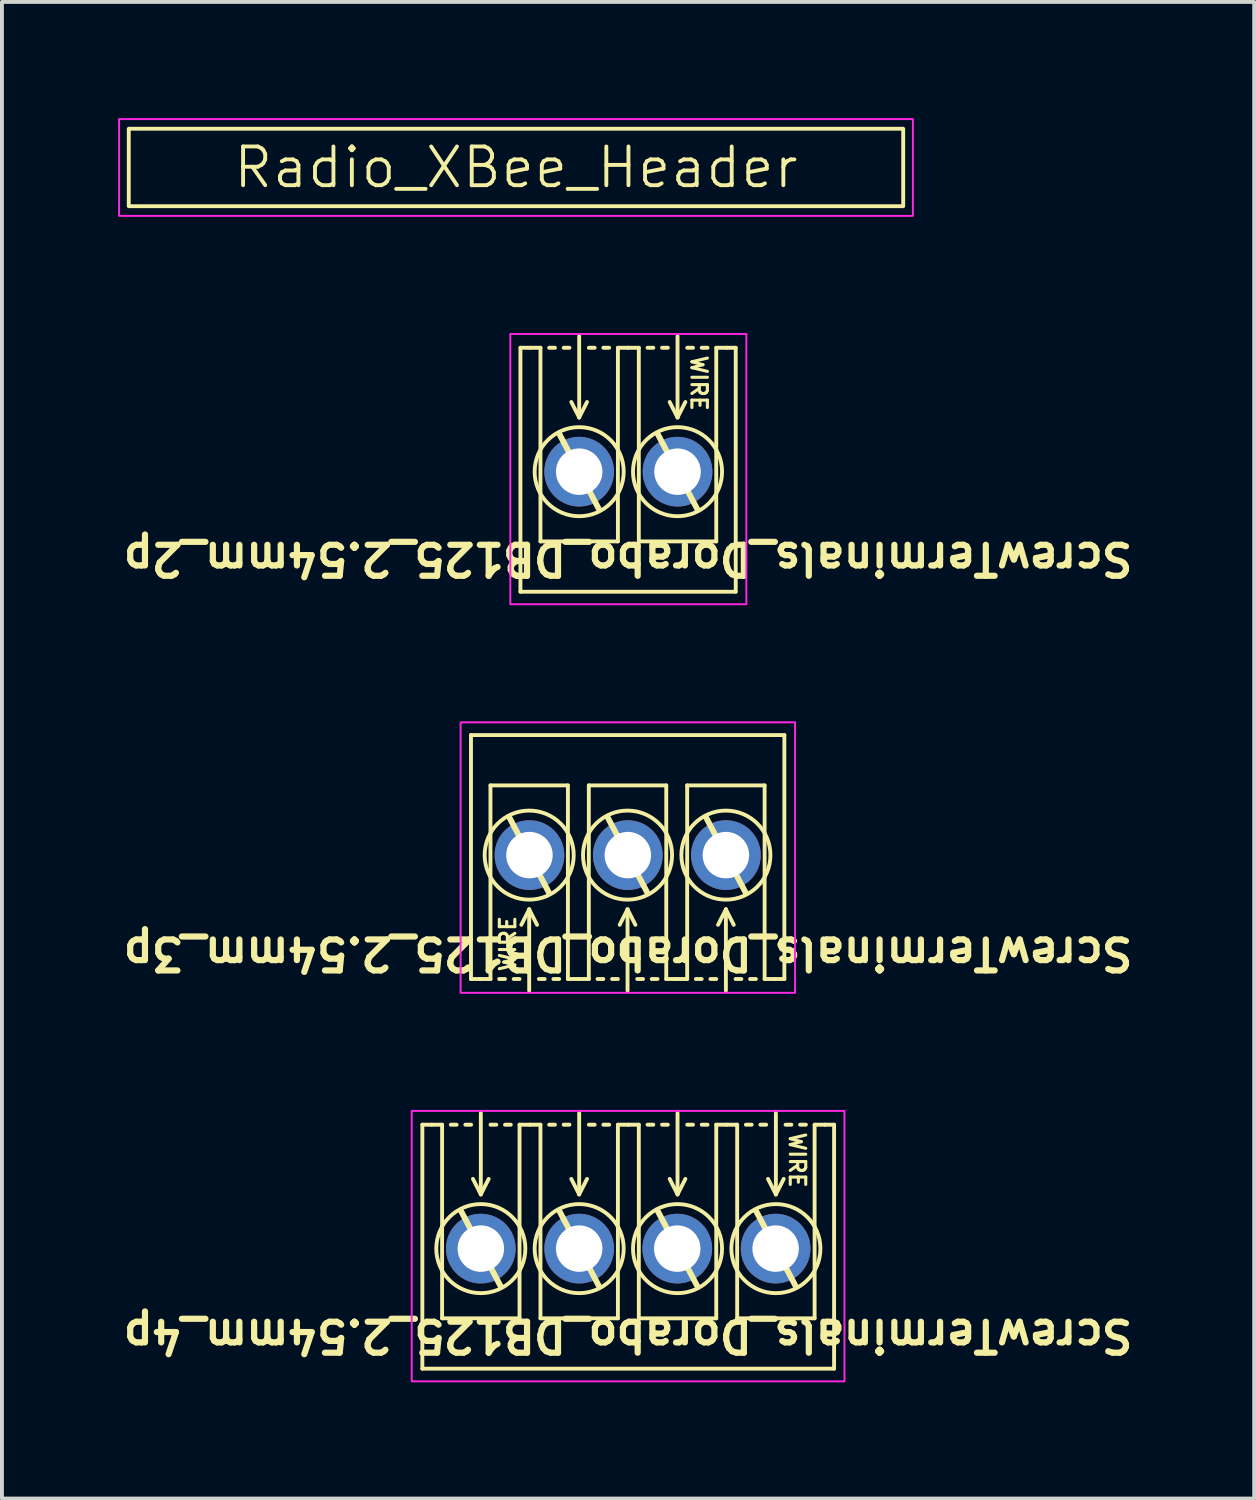
<source format=kicad_pcb>
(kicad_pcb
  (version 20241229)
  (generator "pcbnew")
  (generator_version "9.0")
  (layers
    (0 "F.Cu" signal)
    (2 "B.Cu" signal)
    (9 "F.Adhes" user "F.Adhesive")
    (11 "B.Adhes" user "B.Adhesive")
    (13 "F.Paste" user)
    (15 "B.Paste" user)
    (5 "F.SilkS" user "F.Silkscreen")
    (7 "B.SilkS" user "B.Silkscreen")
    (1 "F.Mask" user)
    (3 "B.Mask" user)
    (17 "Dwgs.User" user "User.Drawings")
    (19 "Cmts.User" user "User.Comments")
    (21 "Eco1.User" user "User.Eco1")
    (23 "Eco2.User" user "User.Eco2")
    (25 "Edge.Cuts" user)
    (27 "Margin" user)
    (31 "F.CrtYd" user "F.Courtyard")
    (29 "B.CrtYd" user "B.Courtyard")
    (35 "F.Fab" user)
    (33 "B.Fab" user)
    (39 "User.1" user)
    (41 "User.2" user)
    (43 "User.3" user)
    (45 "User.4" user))
  (footprint "Radio_XBee_Header"
    (layer "F.Cu")
    (at 10.275 1.275)
    (property "Reference" "Radio_XBee_Header" (at 0 0 0) (unlocked yes) (layer "F.SilkS") (effects (font (size 1 1) (thickness 0.1))))
    (attr smd)
    (fp_rect (start -10 -1) (end 10 1) (stroke (width 0.1) (type default)) (fill no) (layer "F.SilkS"))
    (fp_rect (start -10.25 -1.25) (end 10.25 1.25) (stroke (width 0.05) (type default)) (fill no) (layer "F.CrtYd")))
  (footprint "ScrewTerminals_Dorabo_DB125_2.54mm_4p"
    (layer "F.Cu")
    (at 13.17 29.195)
    (property "Reference" "ScrewTerminals_Dorabo_DB125_2.54mm_4p" (at 0 2.25 180) (unlocked yes) (layer "F.SilkS") (effects (font (size 0.8 0.8) (thickness 0.16) (bold yes))))
    (attr through_hole)
    (fp_line (start -5.313 -3.2) (end -5.313 3.1) (stroke (width 0.1) (type default)) (layer "F.SilkS"))
    (fp_line (start -5.313 -3.2) (end -5.073 -3.2) (stroke (width 0.1) (type default)) (layer "F.SilkS"))
    (fp_line (start -4.803 -3.2) (end -5.073 -3.2) (stroke (width 0.1) (type default)) (layer "F.SilkS"))
    (fp_line (start -4.803 1.8) (end -4.803 -3.2) (stroke (width 0.1) (type solid)) (layer "F.SilkS"))
    (fp_line (start -4.428 -3.2) (end -4.578 -3.2) (stroke (width 0.1) (type default)) (layer "F.SilkS"))
    (fp_line (start -4.053 -3.2) (end -4.203 -3.2) (stroke (width 0.1) (type default)) (layer "F.SilkS"))
    (fp_line (start -3.803 -3.5) (end -3.803 -1.4) (stroke (width 0.1) (type default)) (layer "F.SilkS"))
    (fp_line (start -3.803 -1.4) (end -4.006 -1.8) (stroke (width 0.1) (type default)) (layer "F.SilkS"))
    (fp_line (start -3.803 -1.4) (end -3.6 -1.8) (stroke (width 0.1) (type default)) (layer "F.SilkS"))
    (fp_line (start -3.403 -3.2) (end -3.553 -3.2) (stroke (width 0.1) (type default)) (layer "F.SilkS"))
    (fp_line (start -3.295 0.965) (end -4.311 -0.965) (stroke (width 0.15) (type default)) (layer "F.SilkS"))
    (fp_line (start -3.028 -3.2) (end -3.178 -3.2) (stroke (width 0.1) (type default)) (layer "F.SilkS"))
    (fp_line (start -2.803 -3.2) (end -2.803 1.8) (stroke (width 0.1) (type solid)) (layer "F.SilkS"))
    (fp_line (start -2.803 1.8) (end -4.803 1.8) (stroke (width 0.1) (type solid)) (layer "F.SilkS"))
    (fp_line (start -2.533 -3.2) (end -2.803 -3.2) (stroke (width 0.1) (type default)) (layer "F.SilkS"))
    (fp_line (start -2.263 -3.2) (end -2.533 -3.2) (stroke (width 0.1) (type default)) (layer "F.SilkS"))
    (fp_line (start -2.263 1.8) (end -2.263 -3.2) (stroke (width 0.1) (type solid)) (layer "F.SilkS"))
    (fp_line (start -1.888 -3.2) (end -2.038 -3.2) (stroke (width 0.1) (type default)) (layer "F.SilkS"))
    (fp_line (start -1.513 -3.2) (end -1.663 -3.2) (stroke (width 0.1) (type default)) (layer "F.SilkS"))
    (fp_line (start -1.263 -3.5) (end -1.263 -1.4) (stroke (width 0.1) (type default)) (layer "F.SilkS"))
    (fp_line (start -1.263 -1.4) (end -1.466 -1.8) (stroke (width 0.1) (type default)) (layer "F.SilkS"))
    (fp_line (start -1.263 -1.4) (end -1.06 -1.8) (stroke (width 0.1) (type default)) (layer "F.SilkS"))
    (fp_line (start -0.863 -3.2) (end -1.013 -3.2) (stroke (width 0.1) (type default)) (layer "F.SilkS"))
    (fp_line (start -0.755 0.965) (end -1.771 -0.965) (stroke (width 0.15) (type default)) (layer "F.SilkS"))
    (fp_line (start -0.488 -3.2) (end -0.638 -3.2) (stroke (width 0.1) (type default)) (layer "F.SilkS"))
    (fp_line (start -0.263 -3.2) (end -0.263 1.8) (stroke (width 0.1) (type solid)) (layer "F.SilkS"))
    (fp_line (start -0.263 1.8) (end -2.263 1.8) (stroke (width 0.1) (type solid)) (layer "F.SilkS"))
    (fp_line (start 0.007 -3.2) (end -0.263 -3.2) (stroke (width 0.1) (type default)) (layer "F.SilkS"))
    (fp_line (start 0.277 -3.2) (end 0.007 -3.2) (stroke (width 0.1) (type default)) (layer "F.SilkS"))
    (fp_line (start 0.277 1.8) (end 0.277 -3.2) (stroke (width 0.1) (type solid)) (layer "F.SilkS"))
    (fp_line (start 0.652 -3.2) (end 0.502 -3.2) (stroke (width 0.1) (type default)) (layer "F.SilkS"))
    (fp_line (start 1.027 -3.2) (end 0.877 -3.2) (stroke (width 0.1) (type default)) (layer "F.SilkS"))
    (fp_line (start 1.277 -3.5) (end 1.277 -1.4) (stroke (width 0.1) (type default)) (layer "F.SilkS"))
    (fp_line (start 1.277 -1.4) (end 1.074 -1.8) (stroke (width 0.1) (type default)) (layer "F.SilkS"))
    (fp_line (start 1.277 -1.4) (end 1.48 -1.8) (stroke (width 0.1) (type default)) (layer "F.SilkS"))
    (fp_line (start 1.677 -3.2) (end 1.527 -3.2) (stroke (width 0.1) (type default)) (layer "F.SilkS"))
    (fp_line (start 1.785 0.965) (end 0.769 -0.965) (stroke (width 0.15) (type default)) (layer "F.SilkS"))
    (fp_line (start 2.052 -3.2) (end 1.902 -3.2) (stroke (width 0.1) (type default)) (layer "F.SilkS"))
    (fp_line (start 2.277 -3.2) (end 2.277 1.8) (stroke (width 0.1) (type solid)) (layer "F.SilkS"))
    (fp_line (start 2.277 1.8) (end 0.277 1.8) (stroke (width 0.1) (type solid)) (layer "F.SilkS"))
    (fp_line (start 2.547 -3.2) (end 2.277 -3.2) (stroke (width 0.1) (type default)) (layer "F.SilkS"))
    (fp_line (start 2.817 -3.2) (end 2.547 -3.2) (stroke (width 0.1) (type default)) (layer "F.SilkS"))
    (fp_line (start 2.817 1.8) (end 2.817 -3.2) (stroke (width 0.1) (type solid)) (layer "F.SilkS"))
    (fp_line (start 3.192 -3.2) (end 3.042 -3.2) (stroke (width 0.1) (type default)) (layer "F.SilkS"))
    (fp_line (start 3.567 -3.2) (end 3.417 -3.2) (stroke (width 0.1) (type default)) (layer "F.SilkS"))
    (fp_line (start 3.817 -3.5) (end 3.817 -1.4) (stroke (width 0.1) (type default)) (layer "F.SilkS"))
    (fp_line (start 3.817 -1.4) (end 3.614 -1.8) (stroke (width 0.1) (type default)) (layer "F.SilkS"))
    (fp_line (start 3.817 -1.4) (end 4.02 -1.8) (stroke (width 0.1) (type default)) (layer "F.SilkS"))
    (fp_line (start 4.217 -3.2) (end 4.067 -3.2) (stroke (width 0.1) (type default)) (layer "F.SilkS"))
    (fp_line (start 4.325 0.965) (end 3.309 -0.965) (stroke (width 0.15) (type default)) (layer "F.SilkS"))
    (fp_line (start 4.592 -3.2) (end 4.442 -3.2) (stroke (width 0.1) (type default)) (layer "F.SilkS"))
    (fp_line (start 4.817 -3.2) (end 4.817 1.8) (stroke (width 0.1) (type solid)) (layer "F.SilkS"))
    (fp_line (start 4.817 1.8) (end 2.817 1.8) (stroke (width 0.1) (type solid)) (layer "F.SilkS"))
    (fp_line (start 5.087 -3.2) (end 4.817 -3.2) (stroke (width 0.1) (type default)) (layer "F.SilkS"))
    (fp_line (start 5.32 -3.2) (end 5.08 -3.2) (stroke (width 0.1) (type default)) (layer "F.SilkS"))
    (fp_line (start 5.32 -3.2) (end 5.32 3.1) (stroke (width 0.1) (type default)) (layer "F.SilkS"))
    (fp_line (start 5.32 3.1) (end -5.313 3.1) (stroke (width 0.1) (type default)) (layer "F.SilkS"))
    (fp_circle (center -3.803 0) (end -2.653 0) (stroke (width 0.1) (type default)) (fill no) (layer "F.SilkS"))
    (fp_circle (center -1.263 0) (end -0.113 0) (stroke (width 0.1) (type default)) (fill no) (layer "F.SilkS"))
    (fp_circle (center 1.277 0) (end 2.427 0) (stroke (width 0.1) (type default)) (fill no) (layer "F.SilkS"))
    (fp_circle (center 3.817 0) (end 4.967 0) (stroke (width 0.1) (type default)) (fill no) (layer "F.SilkS"))
    (fp_rect (start -5.588 -3.556) (end 5.588 3.429) (stroke (width 0.05) (type default)) (fill no) (layer "F.CrtYd"))
    (fp_text user "WIRE" (at 4.369 -2.286 270) (unlocked yes) (layer "F.SilkS") (effects (font (size 0.4 0.4) (thickness 0.08) (bold yes))))
    (pad "1" thru_hole circle (at 3.81 0 180) (size 1.8 1.8) (drill 1.2) (layers "*.Cu" "*.Mask"))
    (pad "2" thru_hole circle (at 1.27 0 180) (size 1.8 1.8) (drill 1.2) (layers "*.Cu" "*.Mask"))
    (pad "3" thru_hole circle (at -1.263 0 180) (size 1.8 1.8) (drill 1.2) (layers "*.Cu" "*.Mask"))
    (pad "4" thru_hole circle (at -3.803 0 180) (size 1.8 1.8) (drill 1.2) (layers "*.Cu" "*.Mask")))
  (footprint "ScrewTerminals_Dorabo_DB125_2.54mm_3p"
    (layer "F.Cu")
    (at 13.163 19.16)
    (property "Reference" "ScrewTerminals_Dorabo_DB125_2.54mm_3p" (at 0.007 2.413 180) (unlocked yes) (layer "F.SilkS") (effects (font (size 0.8 0.8) (thickness 0.16) (bold yes))))
    (attr through_hole)
    (fp_line (start -4.05 -3.227) (end 4.043 -3.227) (stroke (width 0.1) (type default)) (layer "F.SilkS"))
    (fp_line (start -4.05 3.073) (end -4.05 -3.227) (stroke (width 0.1) (type default)) (layer "F.SilkS"))
    (fp_line (start -4.05 3.073) (end -3.81 3.073) (stroke (width 0.1) (type default)) (layer "F.SilkS"))
    (fp_line (start -3.817 3.073) (end -3.547 3.073) (stroke (width 0.1) (type default)) (layer "F.SilkS"))
    (fp_line (start -3.547 -1.927) (end -1.547 -1.927) (stroke (width 0.1) (type solid)) (layer "F.SilkS"))
    (fp_line (start -3.547 3.073) (end -3.547 -1.927) (stroke (width 0.1) (type solid)) (layer "F.SilkS"))
    (fp_line (start -3.322 3.073) (end -3.172 3.073) (stroke (width 0.1) (type default)) (layer "F.SilkS"))
    (fp_line (start -3.055 -1.092) (end -2.039 0.838) (stroke (width 0.15) (type default)) (layer "F.SilkS"))
    (fp_line (start -2.947 3.073) (end -2.797 3.073) (stroke (width 0.1) (type default)) (layer "F.SilkS"))
    (fp_line (start -2.547 1.273) (end -2.75 1.673) (stroke (width 0.1) (type default)) (layer "F.SilkS"))
    (fp_line (start -2.547 1.273) (end -2.344 1.673) (stroke (width 0.1) (type default)) (layer "F.SilkS"))
    (fp_line (start -2.547 3.373) (end -2.547 1.273) (stroke (width 0.1) (type default)) (layer "F.SilkS"))
    (fp_line (start -2.297 3.073) (end -2.147 3.073) (stroke (width 0.1) (type default)) (layer "F.SilkS"))
    (fp_line (start -1.922 3.073) (end -1.772 3.073) (stroke (width 0.1) (type default)) (layer "F.SilkS"))
    (fp_line (start -1.547 -1.927) (end -1.547 3.073) (stroke (width 0.1) (type solid)) (layer "F.SilkS"))
    (fp_line (start -1.547 3.073) (end -1.277 3.073) (stroke (width 0.1) (type default)) (layer "F.SilkS"))
    (fp_line (start -1.277 3.073) (end -1.007 3.073) (stroke (width 0.1) (type default)) (layer "F.SilkS"))
    (fp_line (start -1.007 -1.927) (end 0.993 -1.927) (stroke (width 0.1) (type solid)) (layer "F.SilkS"))
    (fp_line (start -1.007 3.073) (end -1.007 -1.927) (stroke (width 0.1) (type solid)) (layer "F.SilkS"))
    (fp_line (start -0.782 3.073) (end -0.632 3.073) (stroke (width 0.1) (type default)) (layer "F.SilkS"))
    (fp_line (start -0.515 -1.092) (end 0.501 0.838) (stroke (width 0.15) (type default)) (layer "F.SilkS"))
    (fp_line (start -0.407 3.073) (end -0.257 3.073) (stroke (width 0.1) (type default)) (layer "F.SilkS"))
    (fp_line (start -0.007 1.273) (end -0.21 1.673) (stroke (width 0.1) (type default)) (layer "F.SilkS"))
    (fp_line (start -0.007 1.273) (end 0.196 1.673) (stroke (width 0.1) (type default)) (layer "F.SilkS"))
    (fp_line (start -0.007 3.373) (end -0.007 1.273) (stroke (width 0.1) (type default)) (layer "F.SilkS"))
    (fp_line (start 0.243 3.073) (end 0.393 3.073) (stroke (width 0.1) (type default)) (layer "F.SilkS"))
    (fp_line (start 0.618 3.073) (end 0.768 3.073) (stroke (width 0.1) (type default)) (layer "F.SilkS"))
    (fp_line (start 0.993 -1.927) (end 0.993 3.073) (stroke (width 0.1) (type solid)) (layer "F.SilkS"))
    (fp_line (start 0.993 3.073) (end 1.263 3.073) (stroke (width 0.1) (type default)) (layer "F.SilkS"))
    (fp_line (start 1.263 3.073) (end 1.533 3.073) (stroke (width 0.1) (type default)) (layer "F.SilkS"))
    (fp_line (start 1.533 -1.927) (end 3.533 -1.927) (stroke (width 0.1) (type solid)) (layer "F.SilkS"))
    (fp_line (start 1.533 3.073) (end 1.533 -1.927) (stroke (width 0.1) (type solid)) (layer "F.SilkS"))
    (fp_line (start 1.758 3.073) (end 1.908 3.073) (stroke (width 0.1) (type default)) (layer "F.SilkS"))
    (fp_line (start 2.025 -1.092) (end 3.041 0.838) (stroke (width 0.15) (type default)) (layer "F.SilkS"))
    (fp_line (start 2.133 3.073) (end 2.283 3.073) (stroke (width 0.1) (type default)) (layer "F.SilkS"))
    (fp_line (start 2.533 1.273) (end 2.33 1.673) (stroke (width 0.1) (type default)) (layer "F.SilkS"))
    (fp_line (start 2.533 1.273) (end 2.736 1.673) (stroke (width 0.1) (type default)) (layer "F.SilkS"))
    (fp_line (start 2.533 3.373) (end 2.533 1.273) (stroke (width 0.1) (type default)) (layer "F.SilkS"))
    (fp_line (start 2.783 3.073) (end 2.933 3.073) (stroke (width 0.1) (type default)) (layer "F.SilkS"))
    (fp_line (start 3.158 3.073) (end 3.308 3.073) (stroke (width 0.1) (type default)) (layer "F.SilkS"))
    (fp_line (start 3.533 -1.927) (end 3.533 3.073) (stroke (width 0.1) (type solid)) (layer "F.SilkS"))
    (fp_line (start 3.533 3.073) (end 3.803 3.073) (stroke (width 0.1) (type default)) (layer "F.SilkS"))
    (fp_line (start 4.043 3.073) (end 3.803 3.073) (stroke (width 0.1) (type default)) (layer "F.SilkS"))
    (fp_line (start 4.043 3.073) (end 4.043 -3.227) (stroke (width 0.1) (type default)) (layer "F.SilkS"))
    (fp_circle (center -2.547 -0.127) (end -3.697 -0.127) (stroke (width 0.1) (type default)) (fill no) (layer "F.SilkS"))
    (fp_circle (center -0.007 -0.127) (end -1.157 -0.127) (stroke (width 0.1) (type default)) (fill no) (layer "F.SilkS"))
    (fp_circle (center 2.533 -0.127) (end 1.383 -0.127) (stroke (width 0.1) (type default)) (fill no) (layer "F.SilkS"))
    (fp_rect (start -4.318 -3.556) (end 4.318 3.429) (stroke (width 0.05) (type default)) (fill no) (layer "F.CrtYd"))
    (fp_text user "WIRE" (at -3.099 2.159 90) (unlocked yes) (layer "F.SilkS") (effects (font (size 0.4 0.4) (thickness 0.08) (bold yes))))
    (pad "1" thru_hole circle (at -2.54 -0.127) (size 1.8 1.8) (drill 1.2) (layers "*.Cu" "*.Mask"))
    (pad "2" thru_hole circle (at 0 -0.127) (size 1.8 1.8) (drill 1.2) (layers "*.Cu" "*.Mask"))
    (pad "3" thru_hole circle (at 2.533 -0.127) (size 1.8 1.8) (drill 1.2) (layers "*.Cu" "*.Mask")))
  (footprint "ScrewTerminals_Dorabo_DB125_2.54mm_2p"
    (layer "F.Cu")
    (at 13.177 9.131)
    (property "Reference" "ScrewTerminals_Dorabo_DB125_2.54mm_2p" (at -0.007 2.25 180) (unlocked yes) (layer "F.SilkS") (effects (font (size 0.8 0.8) (thickness 0.16) (bold yes))))
    (attr through_hole)
    (fp_line (start -2.787 -3.2) (end -2.787 3.1) (stroke (width 0.1) (type default)) (layer "F.SilkS"))
    (fp_line (start -2.787 -3.2) (end -2.547 -3.2) (stroke (width 0.1) (type default)) (layer "F.SilkS"))
    (fp_line (start -2.27 -3.2) (end -2.54 -3.2) (stroke (width 0.1) (type default)) (layer "F.SilkS"))
    (fp_line (start -2.27 1.8) (end -2.27 -3.2) (stroke (width 0.1) (type solid)) (layer "F.SilkS"))
    (fp_line (start -1.895 -3.2) (end -2.045 -3.2) (stroke (width 0.1) (type default)) (layer "F.SilkS"))
    (fp_line (start -1.52 -3.2) (end -1.67 -3.2) (stroke (width 0.1) (type default)) (layer "F.SilkS"))
    (fp_line (start -1.27 -3.5) (end -1.27 -1.4) (stroke (width 0.1) (type default)) (layer "F.SilkS"))
    (fp_line (start -1.27 -1.4) (end -1.473 -1.8) (stroke (width 0.1) (type default)) (layer "F.SilkS"))
    (fp_line (start -1.27 -1.4) (end -1.067 -1.8) (stroke (width 0.1) (type default)) (layer "F.SilkS"))
    (fp_line (start -0.87 -3.2) (end -1.02 -3.2) (stroke (width 0.1) (type default)) (layer "F.SilkS"))
    (fp_line (start -0.762 0.965) (end -1.778 -0.965) (stroke (width 0.15) (type default)) (layer "F.SilkS"))
    (fp_line (start -0.495 -3.2) (end -0.645 -3.2) (stroke (width 0.1) (type default)) (layer "F.SilkS"))
    (fp_line (start -0.27 -3.2) (end -0.27 1.8) (stroke (width 0.1) (type solid)) (layer "F.SilkS"))
    (fp_line (start -0.27 1.8) (end -2.27 1.8) (stroke (width 0.1) (type solid)) (layer "F.SilkS"))
    (fp_line (start 0 -3.2) (end -0.27 -3.2) (stroke (width 0.1) (type default)) (layer "F.SilkS"))
    (fp_line (start 0.27 -3.2) (end 0 -3.2) (stroke (width 0.1) (type default)) (layer "F.SilkS"))
    (fp_line (start 0.27 1.8) (end 0.27 -3.2) (stroke (width 0.1) (type solid)) (layer "F.SilkS"))
    (fp_line (start 0.645 -3.2) (end 0.495 -3.2) (stroke (width 0.1) (type default)) (layer "F.SilkS"))
    (fp_line (start 1.02 -3.2) (end 0.87 -3.2) (stroke (width 0.1) (type default)) (layer "F.SilkS"))
    (fp_line (start 1.27 -3.5) (end 1.27 -1.4) (stroke (width 0.1) (type default)) (layer "F.SilkS"))
    (fp_line (start 1.27 -1.4) (end 1.067 -1.8) (stroke (width 0.1) (type default)) (layer "F.SilkS"))
    (fp_line (start 1.27 -1.4) (end 1.473 -1.8) (stroke (width 0.1) (type default)) (layer "F.SilkS"))
    (fp_line (start 1.67 -3.2) (end 1.52 -3.2) (stroke (width 0.1) (type default)) (layer "F.SilkS"))
    (fp_line (start 1.778 0.965) (end 0.762 -0.965) (stroke (width 0.15) (type default)) (layer "F.SilkS"))
    (fp_line (start 2.045 -3.2) (end 1.895 -3.2) (stroke (width 0.1) (type default)) (layer "F.SilkS"))
    (fp_line (start 2.27 -3.2) (end 2.27 1.8) (stroke (width 0.1) (type solid)) (layer "F.SilkS"))
    (fp_line (start 2.27 1.8) (end 0.27 1.8) (stroke (width 0.1) (type solid)) (layer "F.SilkS"))
    (fp_line (start 2.54 -3.2) (end 2.27 -3.2) (stroke (width 0.1) (type default)) (layer "F.SilkS"))
    (fp_line (start 2.773 -3.2) (end 2.533 -3.2) (stroke (width 0.1) (type default)) (layer "F.SilkS"))
    (fp_line (start 2.773 -3.2) (end 2.773 3.1) (stroke (width 0.1) (type default)) (layer "F.SilkS"))
    (fp_line (start 2.773 3.1) (end -2.787 3.1) (stroke (width 0.1) (type default)) (layer "F.SilkS"))
    (fp_circle (center -1.27 0) (end -0.12 0) (stroke (width 0.1) (type default)) (fill no) (layer "F.SilkS"))
    (fp_circle (center 1.27 0) (end 2.42 0) (stroke (width 0.1) (type default)) (fill no) (layer "F.SilkS"))
    (fp_rect (start -3.048 3.423) (end 3.048 -3.556) (stroke (width 0.05) (type solid)) (fill no) (layer "F.CrtYd"))
    (fp_text user "WIRE" (at 1.822 -2.286 270) (unlocked yes) (layer "F.SilkS") (effects (font (size 0.4 0.4) (thickness 0.08) (bold yes))))
    (pad "1" thru_hole circle (at 1.27 0 180) (size 1.8 1.8) (drill 1.2) (layers "*.Cu" "*.Mask"))
    (pad "2" thru_hole circle (at -1.27 0 180) (size 1.8 1.8) (drill 1.2) (layers "*.Cu" "*.Mask")))
  (gr_rect
    (start -3 -3)
    (end 29.339 35.649)
    (stroke (width 0.1) (type default))
    (fill no)
    (layer "Edge.Cuts")))
</source>
